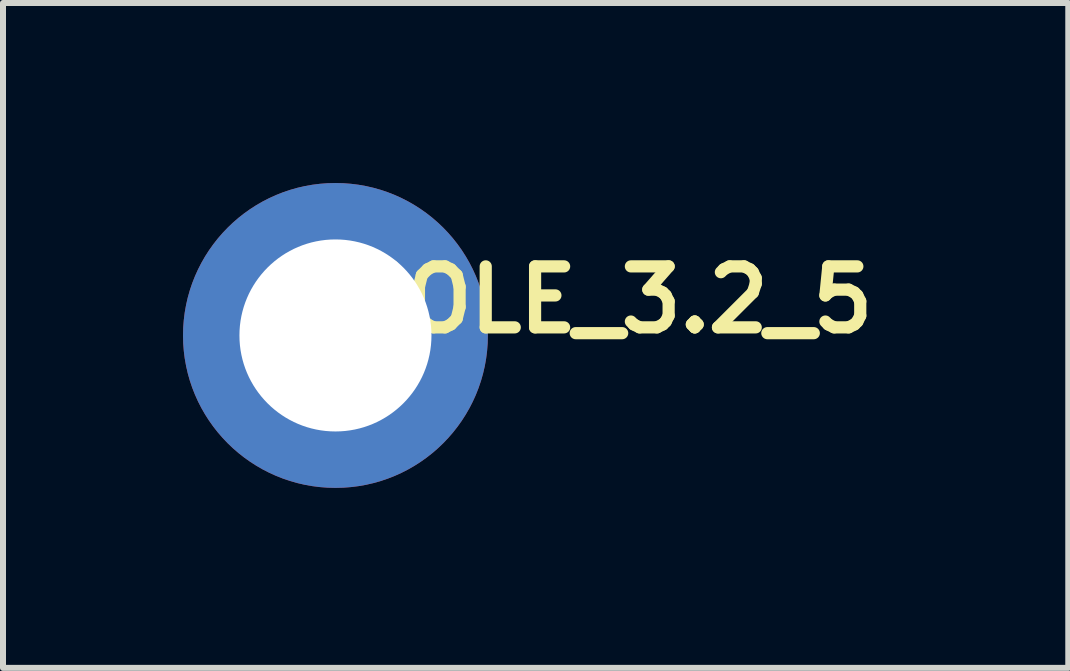
<source format=kicad_pcb>
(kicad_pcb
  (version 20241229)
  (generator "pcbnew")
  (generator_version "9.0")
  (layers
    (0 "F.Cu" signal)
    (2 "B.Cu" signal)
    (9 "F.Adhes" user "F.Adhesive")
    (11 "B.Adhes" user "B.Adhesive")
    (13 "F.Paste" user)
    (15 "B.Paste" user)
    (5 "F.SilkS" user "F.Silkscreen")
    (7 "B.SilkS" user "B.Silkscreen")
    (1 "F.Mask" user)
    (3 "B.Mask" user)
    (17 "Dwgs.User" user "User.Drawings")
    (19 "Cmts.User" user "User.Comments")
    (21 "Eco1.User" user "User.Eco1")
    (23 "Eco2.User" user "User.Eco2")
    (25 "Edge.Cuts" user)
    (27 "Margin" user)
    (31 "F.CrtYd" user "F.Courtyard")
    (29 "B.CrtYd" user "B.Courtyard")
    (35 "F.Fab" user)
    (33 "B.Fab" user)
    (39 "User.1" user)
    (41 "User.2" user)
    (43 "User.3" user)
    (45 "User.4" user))
  (footprint "HOLE_3.2_5"
    (layer "F.Cu")
    (at 2.54 2.54)
    (property "Reference" "HOLE_3.2_5" (at 0 0 0) (unlocked yes) (layer "F.SilkS") (effects (font (size 1.016 1.016) (thickness 0.203)) (justify left bottom)))
    (attr through_hole)
    (pad "1" thru_hole circle (at 0 0) (size 5.08 5.08) (drill 3.2) (layers "*.Cu" "*.Mask")))
  (gr_rect
    (start -3 -3)
    (end 14.752 8.08)
    (stroke (width 0.1) (type default))
    (fill no)
    (layer "Edge.Cuts")))
</source>
